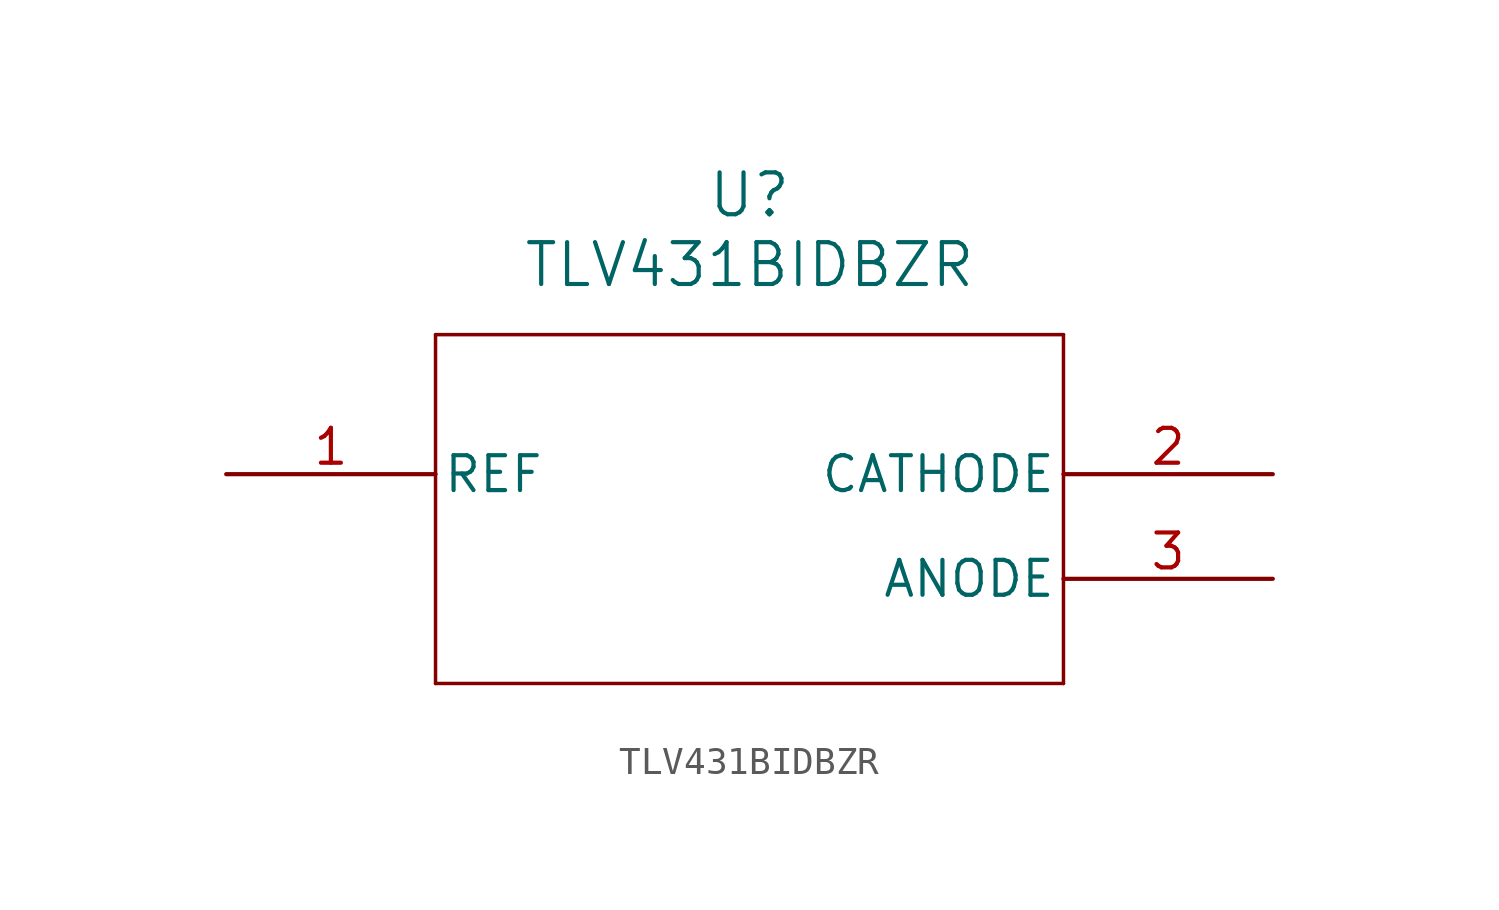
<source format=kicad_sym>
(kicad_symbol_lib
  (version 20241209)
  (generator "kicad_symbol_editor")
  (generator_version "9.0")
  (symbol "TLV431BIDBZR"
    (pin_names
      (offset 0.254))
    (property "Reference" "U"
      (at 33.02 10.16 0)
      (effects (font (size 1.524 1.524))))
    (property "Value" "TLV431BIDBZR"
      (at 33.02 7.62 0)
      (effects (font (size 1.524 1.524))))
    (property "ki_locked" ""
      (at 0 0 0)
      (effects (font (size 1.27 1.27))))
    (symbol "TLV431BIDBZR_0_1"
      (polyline (pts (xy 21.59 5.08) (xy 21.59 -7.62)) (stroke (width 0.127) (type default)) (fill (type none)))
      (polyline (pts (xy 21.59 -7.62) (xy 44.45 -7.62)) (stroke (width 0.127) (type default)) (fill (type none)))
      (polyline (pts (xy 44.45 5.08) (xy 21.59 5.08)) (stroke (width 0.127) (type default)) (fill (type none)))
      (polyline (pts (xy 44.45 -7.62) (xy 44.45 5.08)) (stroke (width 0.127) (type default)) (fill (type none)))
      (pin unspecified line (at 13.97 0 0) (length 7.62) (name "REF" (effects (font (size 1.27 1.27)))) (number "1" (effects (font (size 1.27 1.27)))))
      (pin unspecified line (at 52.07 0 180) (length 7.62) (name "CATHODE" (effects (font (size 1.27 1.27)))) (number "2" (effects (font (size 1.27 1.27)))))
      (pin unspecified line (at 52.07 -3.81 180) (length 7.62) (name "ANODE" (effects (font (size 1.27 1.27)))) (number "3" (effects (font (size 1.27 1.27))))))))
</source>
